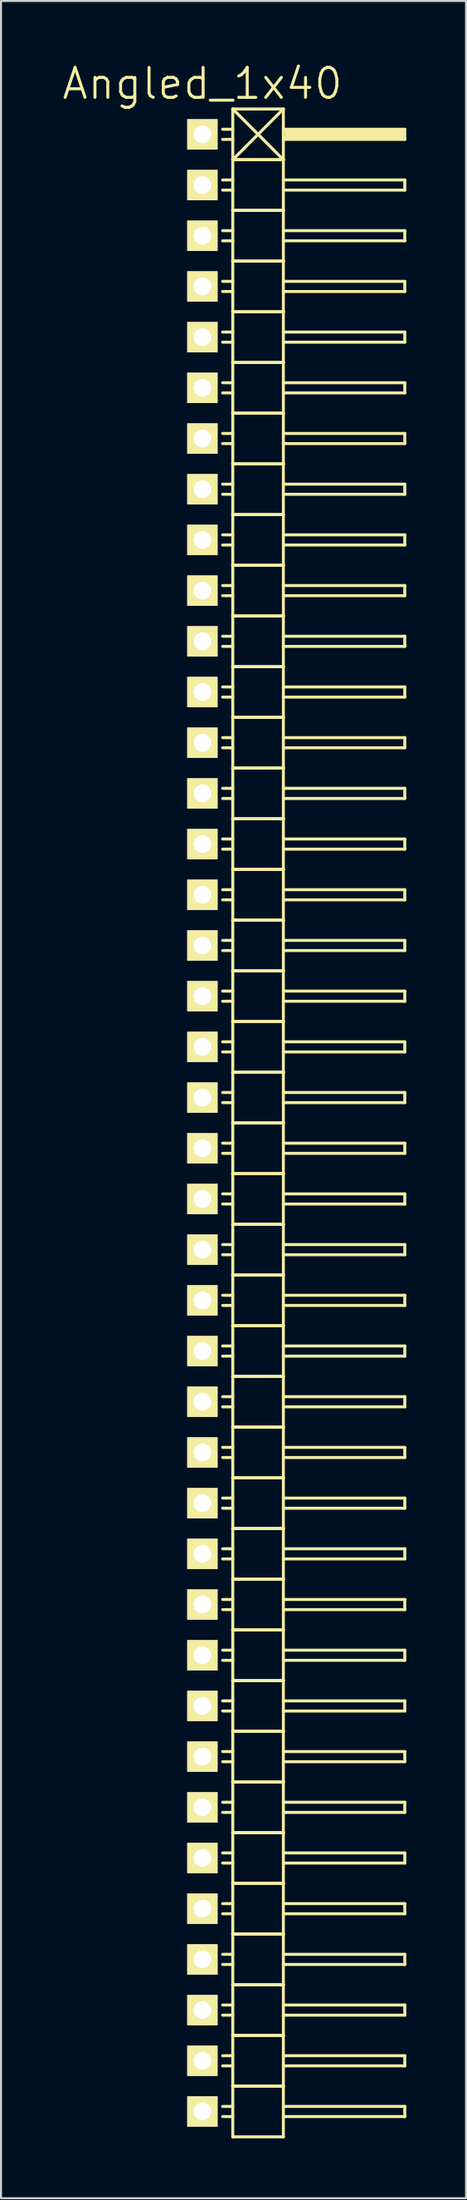
<source format=kicad_pcb>
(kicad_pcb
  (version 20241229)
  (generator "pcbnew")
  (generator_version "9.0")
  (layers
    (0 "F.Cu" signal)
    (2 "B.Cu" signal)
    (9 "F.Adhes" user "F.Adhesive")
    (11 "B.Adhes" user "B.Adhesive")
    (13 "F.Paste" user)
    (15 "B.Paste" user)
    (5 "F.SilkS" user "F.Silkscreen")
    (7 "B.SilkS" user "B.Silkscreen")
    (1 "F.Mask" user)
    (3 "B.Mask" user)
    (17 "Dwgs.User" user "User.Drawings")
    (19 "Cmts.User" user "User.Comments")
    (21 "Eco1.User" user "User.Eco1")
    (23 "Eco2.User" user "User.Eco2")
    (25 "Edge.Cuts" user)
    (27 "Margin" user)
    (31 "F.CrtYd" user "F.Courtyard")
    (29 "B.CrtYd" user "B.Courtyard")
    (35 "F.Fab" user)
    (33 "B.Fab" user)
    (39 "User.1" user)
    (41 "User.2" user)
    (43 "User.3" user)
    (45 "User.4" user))
  (footprint "Angled_1x40"
    (layer "F.Cu")
    (at 7.111 53.211)
    (property "Reference" "Angled_1x40" (at 0 -52.07 0) (layer "F.SilkS") (effects (font (size 1.5 1.5) (thickness 0.15))))
    (attr through_hole)
    (fp_line (start 1.524 -50.8) (end 1.524 -48.26) (stroke (width 0.15) (type solid)) (layer "F.SilkS"))
    (fp_line (start 1.524 -50.8) (end 4.064 -50.8) (stroke (width 0.15) (type solid)) (layer "F.SilkS"))
    (fp_line (start 1.524 -49.784) (end 1.016 -49.784) (stroke (width 0.15) (type solid)) (layer "F.SilkS"))
    (fp_line (start 1.524 -49.276) (end 1.016 -49.276) (stroke (width 0.15) (type solid)) (layer "F.SilkS"))
    (fp_line (start 1.524 -48.26) (end 1.524 -45.72) (stroke (width 0.15) (type solid)) (layer "F.SilkS"))
    (fp_line (start 1.524 -48.26) (end 4.064 -48.26) (stroke (width 0.15) (type solid)) (layer "F.SilkS"))
    (fp_line (start 1.524 -48.26) (end 4.064 -48.26) (stroke (width 0.15) (type solid)) (layer "F.SilkS"))
    (fp_line (start 1.524 -47.244) (end 1.016 -47.244) (stroke (width 0.15) (type solid)) (layer "F.SilkS"))
    (fp_line (start 1.524 -46.736) (end 1.016 -46.736) (stroke (width 0.15) (type solid)) (layer "F.SilkS"))
    (fp_line (start 1.524 -45.72) (end 1.524 -43.18) (stroke (width 0.15) (type solid)) (layer "F.SilkS"))
    (fp_line (start 1.524 -45.72) (end 4.064 -45.72) (stroke (width 0.15) (type solid)) (layer "F.SilkS"))
    (fp_line (start 1.524 -45.72) (end 4.064 -45.72) (stroke (width 0.15) (type solid)) (layer "F.SilkS"))
    (fp_line (start 1.524 -44.704) (end 1.016 -44.704) (stroke (width 0.15) (type solid)) (layer "F.SilkS"))
    (fp_line (start 1.524 -44.196) (end 1.016 -44.196) (stroke (width 0.15) (type solid)) (layer "F.SilkS"))
    (fp_line (start 1.524 -43.18) (end 1.524 -40.64) (stroke (width 0.15) (type solid)) (layer "F.SilkS"))
    (fp_line (start 1.524 -43.18) (end 4.064 -43.18) (stroke (width 0.15) (type solid)) (layer "F.SilkS"))
    (fp_line (start 1.524 -43.18) (end 4.064 -43.18) (stroke (width 0.15) (type solid)) (layer "F.SilkS"))
    (fp_line (start 1.524 -42.164) (end 1.016 -42.164) (stroke (width 0.15) (type solid)) (layer "F.SilkS"))
    (fp_line (start 1.524 -41.656) (end 1.016 -41.656) (stroke (width 0.15) (type solid)) (layer "F.SilkS"))
    (fp_line (start 1.524 -40.64) (end 1.524 -38.1) (stroke (width 0.15) (type solid)) (layer "F.SilkS"))
    (fp_line (start 1.524 -40.64) (end 4.064 -40.64) (stroke (width 0.15) (type solid)) (layer "F.SilkS"))
    (fp_line (start 1.524 -40.64) (end 4.064 -40.64) (stroke (width 0.15) (type solid)) (layer "F.SilkS"))
    (fp_line (start 1.524 -39.624) (end 1.016 -39.624) (stroke (width 0.15) (type solid)) (layer "F.SilkS"))
    (fp_line (start 1.524 -39.116) (end 1.016 -39.116) (stroke (width 0.15) (type solid)) (layer "F.SilkS"))
    (fp_line (start 1.524 -38.1) (end 1.524 -35.56) (stroke (width 0.15) (type solid)) (layer "F.SilkS"))
    (fp_line (start 1.524 -38.1) (end 4.064 -38.1) (stroke (width 0.15) (type solid)) (layer "F.SilkS"))
    (fp_line (start 1.524 -38.1) (end 4.064 -38.1) (stroke (width 0.15) (type solid)) (layer "F.SilkS"))
    (fp_line (start 1.524 -37.084) (end 1.016 -37.084) (stroke (width 0.15) (type solid)) (layer "F.SilkS"))
    (fp_line (start 1.524 -36.576) (end 1.016 -36.576) (stroke (width 0.15) (type solid)) (layer "F.SilkS"))
    (fp_line (start 1.524 -35.56) (end 1.524 -33.02) (stroke (width 0.15) (type solid)) (layer "F.SilkS"))
    (fp_line (start 1.524 -35.56) (end 4.064 -35.56) (stroke (width 0.15) (type solid)) (layer "F.SilkS"))
    (fp_line (start 1.524 -35.56) (end 4.064 -35.56) (stroke (width 0.15) (type solid)) (layer "F.SilkS"))
    (fp_line (start 1.524 -34.544) (end 1.016 -34.544) (stroke (width 0.15) (type solid)) (layer "F.SilkS"))
    (fp_line (start 1.524 -34.036) (end 1.016 -34.036) (stroke (width 0.15) (type solid)) (layer "F.SilkS"))
    (fp_line (start 1.524 -33.02) (end 1.524 -30.48) (stroke (width 0.15) (type solid)) (layer "F.SilkS"))
    (fp_line (start 1.524 -33.02) (end 4.064 -33.02) (stroke (width 0.15) (type solid)) (layer "F.SilkS"))
    (fp_line (start 1.524 -33.02) (end 4.064 -33.02) (stroke (width 0.15) (type solid)) (layer "F.SilkS"))
    (fp_line (start 1.524 -32.004) (end 1.016 -32.004) (stroke (width 0.15) (type solid)) (layer "F.SilkS"))
    (fp_line (start 1.524 -31.496) (end 1.016 -31.496) (stroke (width 0.15) (type solid)) (layer "F.SilkS"))
    (fp_line (start 1.524 -30.48) (end 1.524 -27.94) (stroke (width 0.15) (type solid)) (layer "F.SilkS"))
    (fp_line (start 1.524 -30.48) (end 4.064 -30.48) (stroke (width 0.15) (type solid)) (layer "F.SilkS"))
    (fp_line (start 1.524 -30.48) (end 4.064 -30.48) (stroke (width 0.15) (type solid)) (layer "F.SilkS"))
    (fp_line (start 1.524 -29.464) (end 1.016 -29.464) (stroke (width 0.15) (type solid)) (layer "F.SilkS"))
    (fp_line (start 1.524 -28.956) (end 1.016 -28.956) (stroke (width 0.15) (type solid)) (layer "F.SilkS"))
    (fp_line (start 1.524 -27.94) (end 1.524 -25.4) (stroke (width 0.15) (type solid)) (layer "F.SilkS"))
    (fp_line (start 1.524 -27.94) (end 4.064 -27.94) (stroke (width 0.15) (type solid)) (layer "F.SilkS"))
    (fp_line (start 1.524 -27.94) (end 4.064 -27.94) (stroke (width 0.15) (type solid)) (layer "F.SilkS"))
    (fp_line (start 1.524 -26.924) (end 1.016 -26.924) (stroke (width 0.15) (type solid)) (layer "F.SilkS"))
    (fp_line (start 1.524 -26.416) (end 1.016 -26.416) (stroke (width 0.15) (type solid)) (layer "F.SilkS"))
    (fp_line (start 1.524 -25.4) (end 1.524 -22.86) (stroke (width 0.15) (type solid)) (layer "F.SilkS"))
    (fp_line (start 1.524 -25.4) (end 4.064 -25.4) (stroke (width 0.15) (type solid)) (layer "F.SilkS"))
    (fp_line (start 1.524 -25.4) (end 4.064 -25.4) (stroke (width 0.15) (type solid)) (layer "F.SilkS"))
    (fp_line (start 1.524 -24.384) (end 1.016 -24.384) (stroke (width 0.15) (type solid)) (layer "F.SilkS"))
    (fp_line (start 1.524 -23.876) (end 1.016 -23.876) (stroke (width 0.15) (type solid)) (layer "F.SilkS"))
    (fp_line (start 1.524 -22.86) (end 1.524 -20.32) (stroke (width 0.15) (type solid)) (layer "F.SilkS"))
    (fp_line (start 1.524 -22.86) (end 4.064 -22.86) (stroke (width 0.15) (type solid)) (layer "F.SilkS"))
    (fp_line (start 1.524 -22.86) (end 4.064 -22.86) (stroke (width 0.15) (type solid)) (layer "F.SilkS"))
    (fp_line (start 1.524 -21.844) (end 1.016 -21.844) (stroke (width 0.15) (type solid)) (layer "F.SilkS"))
    (fp_line (start 1.524 -21.336) (end 1.016 -21.336) (stroke (width 0.15) (type solid)) (layer "F.SilkS"))
    (fp_line (start 1.524 -20.32) (end 1.524 -17.78) (stroke (width 0.15) (type solid)) (layer "F.SilkS"))
    (fp_line (start 1.524 -20.32) (end 4.064 -20.32) (stroke (width 0.15) (type solid)) (layer "F.SilkS"))
    (fp_line (start 1.524 -20.32) (end 4.064 -20.32) (stroke (width 0.15) (type solid)) (layer "F.SilkS"))
    (fp_line (start 1.524 -19.304) (end 1.016 -19.304) (stroke (width 0.15) (type solid)) (layer "F.SilkS"))
    (fp_line (start 1.524 -18.796) (end 1.016 -18.796) (stroke (width 0.15) (type solid)) (layer "F.SilkS"))
    (fp_line (start 1.524 -17.78) (end 1.524 -15.24) (stroke (width 0.15) (type solid)) (layer "F.SilkS"))
    (fp_line (start 1.524 -17.78) (end 4.064 -17.78) (stroke (width 0.15) (type solid)) (layer "F.SilkS"))
    (fp_line (start 1.524 -17.78) (end 4.064 -17.78) (stroke (width 0.15) (type solid)) (layer "F.SilkS"))
    (fp_line (start 1.524 -16.764) (end 1.016 -16.764) (stroke (width 0.15) (type solid)) (layer "F.SilkS"))
    (fp_line (start 1.524 -16.256) (end 1.016 -16.256) (stroke (width 0.15) (type solid)) (layer "F.SilkS"))
    (fp_line (start 1.524 -15.24) (end 1.524 -12.7) (stroke (width 0.15) (type solid)) (layer "F.SilkS"))
    (fp_line (start 1.524 -15.24) (end 4.064 -15.24) (stroke (width 0.15) (type solid)) (layer "F.SilkS"))
    (fp_line (start 1.524 -15.24) (end 4.064 -15.24) (stroke (width 0.15) (type solid)) (layer "F.SilkS"))
    (fp_line (start 1.524 -14.224) (end 1.016 -14.224) (stroke (width 0.15) (type solid)) (layer "F.SilkS"))
    (fp_line (start 1.524 -13.716) (end 1.016 -13.716) (stroke (width 0.15) (type solid)) (layer "F.SilkS"))
    (fp_line (start 1.524 -12.7) (end 1.524 -10.16) (stroke (width 0.15) (type solid)) (layer "F.SilkS"))
    (fp_line (start 1.524 -12.7) (end 4.064 -12.7) (stroke (width 0.15) (type solid)) (layer "F.SilkS"))
    (fp_line (start 1.524 -12.7) (end 4.064 -12.7) (stroke (width 0.15) (type solid)) (layer "F.SilkS"))
    (fp_line (start 1.524 -11.684) (end 1.016 -11.684) (stroke (width 0.15) (type solid)) (layer "F.SilkS"))
    (fp_line (start 1.524 -11.176) (end 1.016 -11.176) (stroke (width 0.15) (type solid)) (layer "F.SilkS"))
    (fp_line (start 1.524 -10.16) (end 1.524 -7.62) (stroke (width 0.15) (type solid)) (layer "F.SilkS"))
    (fp_line (start 1.524 -10.16) (end 4.064 -10.16) (stroke (width 0.15) (type solid)) (layer "F.SilkS"))
    (fp_line (start 1.524 -10.16) (end 4.064 -10.16) (stroke (width 0.15) (type solid)) (layer "F.SilkS"))
    (fp_line (start 1.524 -9.144) (end 1.016 -9.144) (stroke (width 0.15) (type solid)) (layer "F.SilkS"))
    (fp_line (start 1.524 -8.636) (end 1.016 -8.636) (stroke (width 0.15) (type solid)) (layer "F.SilkS"))
    (fp_line (start 1.524 -7.62) (end 1.524 -5.08) (stroke (width 0.15) (type solid)) (layer "F.SilkS"))
    (fp_line (start 1.524 -7.62) (end 4.064 -7.62) (stroke (width 0.15) (type solid)) (layer "F.SilkS"))
    (fp_line (start 1.524 -7.62) (end 4.064 -7.62) (stroke (width 0.15) (type solid)) (layer "F.SilkS"))
    (fp_line (start 1.524 -6.604) (end 1.016 -6.604) (stroke (width 0.15) (type solid)) (layer "F.SilkS"))
    (fp_line (start 1.524 -6.096) (end 1.016 -6.096) (stroke (width 0.15) (type solid)) (layer "F.SilkS"))
    (fp_line (start 1.524 -5.08) (end 1.524 -2.54) (stroke (width 0.15) (type solid)) (layer "F.SilkS"))
    (fp_line (start 1.524 -5.08) (end 4.064 -5.08) (stroke (width 0.15) (type solid)) (layer "F.SilkS"))
    (fp_line (start 1.524 -5.08) (end 4.064 -5.08) (stroke (width 0.15) (type solid)) (layer "F.SilkS"))
    (fp_line (start 1.524 -4.064) (end 1.016 -4.064) (stroke (width 0.15) (type solid)) (layer "F.SilkS"))
    (fp_line (start 1.524 -3.556) (end 1.016 -3.556) (stroke (width 0.15) (type solid)) (layer "F.SilkS"))
    (fp_line (start 1.524 -2.54) (end 1.524 0) (stroke (width 0.15) (type solid)) (layer "F.SilkS"))
    (fp_line (start 1.524 -2.54) (end 4.064 -2.54) (stroke (width 0.15) (type solid)) (layer "F.SilkS"))
    (fp_line (start 1.524 -2.54) (end 4.064 -2.54) (stroke (width 0.15) (type solid)) (layer "F.SilkS"))
    (fp_line (start 1.524 -1.524) (end 1.016 -1.524) (stroke (width 0.15) (type solid)) (layer "F.SilkS"))
    (fp_line (start 1.524 -1.016) (end 1.016 -1.016) (stroke (width 0.15) (type solid)) (layer "F.SilkS"))
    (fp_line (start 1.524 0) (end 1.524 2.54) (stroke (width 0.15) (type solid)) (layer "F.SilkS"))
    (fp_line (start 1.524 0) (end 4.064 0) (stroke (width 0.15) (type solid)) (layer "F.SilkS"))
    (fp_line (start 1.524 0) (end 4.064 0) (stroke (width 0.15) (type solid)) (layer "F.SilkS"))
    (fp_line (start 1.524 1.016) (end 1.016 1.016) (stroke (width 0.15) (type solid)) (layer "F.SilkS"))
    (fp_line (start 1.524 1.524) (end 1.016 1.524) (stroke (width 0.15) (type solid)) (layer "F.SilkS"))
    (fp_line (start 1.524 2.54) (end 1.524 5.08) (stroke (width 0.15) (type solid)) (layer "F.SilkS"))
    (fp_line (start 1.524 2.54) (end 4.064 2.54) (stroke (width 0.15) (type solid)) (layer "F.SilkS"))
    (fp_line (start 1.524 2.54) (end 4.064 2.54) (stroke (width 0.15) (type solid)) (layer "F.SilkS"))
    (fp_line (start 1.524 3.556) (end 1.016 3.556) (stroke (width 0.15) (type solid)) (layer "F.SilkS"))
    (fp_line (start 1.524 4.064) (end 1.016 4.064) (stroke (width 0.15) (type solid)) (layer "F.SilkS"))
    (fp_line (start 1.524 5.08) (end 1.524 7.62) (stroke (width 0.15) (type solid)) (layer "F.SilkS"))
    (fp_line (start 1.524 5.08) (end 4.064 5.08) (stroke (width 0.15) (type solid)) (layer "F.SilkS"))
    (fp_line (start 1.524 5.08) (end 4.064 5.08) (stroke (width 0.15) (type solid)) (layer "F.SilkS"))
    (fp_line (start 1.524 6.096) (end 1.016 6.096) (stroke (width 0.15) (type solid)) (layer "F.SilkS"))
    (fp_line (start 1.524 6.604) (end 1.016 6.604) (stroke (width 0.15) (type solid)) (layer "F.SilkS"))
    (fp_line (start 1.524 7.62) (end 1.524 10.16) (stroke (width 0.15) (type solid)) (layer "F.SilkS"))
    (fp_line (start 1.524 7.62) (end 4.064 7.62) (stroke (width 0.15) (type solid)) (layer "F.SilkS"))
    (fp_line (start 1.524 7.62) (end 4.064 7.62) (stroke (width 0.15) (type solid)) (layer "F.SilkS"))
    (fp_line (start 1.524 8.636) (end 1.016 8.636) (stroke (width 0.15) (type solid)) (layer "F.SilkS"))
    (fp_line (start 1.524 9.144) (end 1.016 9.144) (stroke (width 0.15) (type solid)) (layer "F.SilkS"))
    (fp_line (start 1.524 10.16) (end 1.524 12.7) (stroke (width 0.15) (type solid)) (layer "F.SilkS"))
    (fp_line (start 1.524 10.16) (end 4.064 10.16) (stroke (width 0.15) (type solid)) (layer "F.SilkS"))
    (fp_line (start 1.524 10.16) (end 4.064 10.16) (stroke (width 0.15) (type solid)) (layer "F.SilkS"))
    (fp_line (start 1.524 11.176) (end 1.016 11.176) (stroke (width 0.15) (type solid)) (layer "F.SilkS"))
    (fp_line (start 1.524 11.684) (end 1.016 11.684) (stroke (width 0.15) (type solid)) (layer "F.SilkS"))
    (fp_line (start 1.524 12.7) (end 1.524 15.24) (stroke (width 0.15) (type solid)) (layer "F.SilkS"))
    (fp_line (start 1.524 12.7) (end 4.064 12.7) (stroke (width 0.15) (type solid)) (layer "F.SilkS"))
    (fp_line (start 1.524 12.7) (end 4.064 12.7) (stroke (width 0.15) (type solid)) (layer "F.SilkS"))
    (fp_line (start 1.524 13.716) (end 1.016 13.716) (stroke (width 0.15) (type solid)) (layer "F.SilkS"))
    (fp_line (start 1.524 14.224) (end 1.016 14.224) (stroke (width 0.15) (type solid)) (layer "F.SilkS"))
    (fp_line (start 1.524 15.24) (end 1.524 17.78) (stroke (width 0.15) (type solid)) (layer "F.SilkS"))
    (fp_line (start 1.524 15.24) (end 4.064 15.24) (stroke (width 0.15) (type solid)) (layer "F.SilkS"))
    (fp_line (start 1.524 15.24) (end 4.064 15.24) (stroke (width 0.15) (type solid)) (layer "F.SilkS"))
    (fp_line (start 1.524 16.256) (end 1.016 16.256) (stroke (width 0.15) (type solid)) (layer "F.SilkS"))
    (fp_line (start 1.524 16.764) (end 1.016 16.764) (stroke (width 0.15) (type solid)) (layer "F.SilkS"))
    (fp_line (start 1.524 17.78) (end 1.524 20.32) (stroke (width 0.15) (type solid)) (layer "F.SilkS"))
    (fp_line (start 1.524 17.78) (end 4.064 17.78) (stroke (width 0.15) (type solid)) (layer "F.SilkS"))
    (fp_line (start 1.524 17.78) (end 4.064 17.78) (stroke (width 0.15) (type solid)) (layer "F.SilkS"))
    (fp_line (start 1.524 18.796) (end 1.016 18.796) (stroke (width 0.15) (type solid)) (layer "F.SilkS"))
    (fp_line (start 1.524 19.304) (end 1.016 19.304) (stroke (width 0.15) (type solid)) (layer "F.SilkS"))
    (fp_line (start 1.524 20.32) (end 1.524 22.86) (stroke (width 0.15) (type solid)) (layer "F.SilkS"))
    (fp_line (start 1.524 20.32) (end 4.064 20.32) (stroke (width 0.15) (type solid)) (layer "F.SilkS"))
    (fp_line (start 1.524 20.32) (end 4.064 20.32) (stroke (width 0.15) (type solid)) (layer "F.SilkS"))
    (fp_line (start 1.524 21.336) (end 1.016 21.336) (stroke (width 0.15) (type solid)) (layer "F.SilkS"))
    (fp_line (start 1.524 21.844) (end 1.016 21.844) (stroke (width 0.15) (type solid)) (layer "F.SilkS"))
    (fp_line (start 1.524 22.86) (end 1.524 25.4) (stroke (width 0.15) (type solid)) (layer "F.SilkS"))
    (fp_line (start 1.524 22.86) (end 4.064 22.86) (stroke (width 0.15) (type solid)) (layer "F.SilkS"))
    (fp_line (start 1.524 22.86) (end 4.064 22.86) (stroke (width 0.15) (type solid)) (layer "F.SilkS"))
    (fp_line (start 1.524 23.876) (end 1.016 23.876) (stroke (width 0.15) (type solid)) (layer "F.SilkS"))
    (fp_line (start 1.524 24.384) (end 1.016 24.384) (stroke (width 0.15) (type solid)) (layer "F.SilkS"))
    (fp_line (start 1.524 25.4) (end 1.524 27.94) (stroke (width 0.15) (type solid)) (layer "F.SilkS"))
    (fp_line (start 1.524 25.4) (end 4.064 25.4) (stroke (width 0.15) (type solid)) (layer "F.SilkS"))
    (fp_line (start 1.524 25.4) (end 4.064 25.4) (stroke (width 0.15) (type solid)) (layer "F.SilkS"))
    (fp_line (start 1.524 26.416) (end 1.016 26.416) (stroke (width 0.15) (type solid)) (layer "F.SilkS"))
    (fp_line (start 1.524 26.924) (end 1.016 26.924) (stroke (width 0.15) (type solid)) (layer "F.SilkS"))
    (fp_line (start 1.524 27.94) (end 1.524 30.48) (stroke (width 0.15) (type solid)) (layer "F.SilkS"))
    (fp_line (start 1.524 27.94) (end 4.064 27.94) (stroke (width 0.15) (type solid)) (layer "F.SilkS"))
    (fp_line (start 1.524 27.94) (end 4.064 27.94) (stroke (width 0.15) (type solid)) (layer "F.SilkS"))
    (fp_line (start 1.524 28.956) (end 1.016 28.956) (stroke (width 0.15) (type solid)) (layer "F.SilkS"))
    (fp_line (start 1.524 29.464) (end 1.016 29.464) (stroke (width 0.15) (type solid)) (layer "F.SilkS"))
    (fp_line (start 1.524 30.48) (end 1.524 33.02) (stroke (width 0.15) (type solid)) (layer "F.SilkS"))
    (fp_line (start 1.524 30.48) (end 4.064 30.48) (stroke (width 0.15) (type solid)) (layer "F.SilkS"))
    (fp_line (start 1.524 30.48) (end 4.064 30.48) (stroke (width 0.15) (type solid)) (layer "F.SilkS"))
    (fp_line (start 1.524 31.496) (end 1.016 31.496) (stroke (width 0.15) (type solid)) (layer "F.SilkS"))
    (fp_line (start 1.524 32.004) (end 1.016 32.004) (stroke (width 0.15) (type solid)) (layer "F.SilkS"))
    (fp_line (start 1.524 33.02) (end 1.524 35.56) (stroke (width 0.15) (type solid)) (layer "F.SilkS"))
    (fp_line (start 1.524 33.02) (end 4.064 33.02) (stroke (width 0.15) (type solid)) (layer "F.SilkS"))
    (fp_line (start 1.524 33.02) (end 4.064 33.02) (stroke (width 0.15) (type solid)) (layer "F.SilkS"))
    (fp_line (start 1.524 34.036) (end 1.016 34.036) (stroke (width 0.15) (type solid)) (layer "F.SilkS"))
    (fp_line (start 1.524 34.544) (end 1.016 34.544) (stroke (width 0.15) (type solid)) (layer "F.SilkS"))
    (fp_line (start 1.524 35.56) (end 1.524 38.1) (stroke (width 0.15) (type solid)) (layer "F.SilkS"))
    (fp_line (start 1.524 35.56) (end 4.064 35.56) (stroke (width 0.15) (type solid)) (layer "F.SilkS"))
    (fp_line (start 1.524 35.56) (end 4.064 35.56) (stroke (width 0.15) (type solid)) (layer "F.SilkS"))
    (fp_line (start 1.524 36.576) (end 1.016 36.576) (stroke (width 0.15) (type solid)) (layer "F.SilkS"))
    (fp_line (start 1.524 37.084) (end 1.016 37.084) (stroke (width 0.15) (type solid)) (layer "F.SilkS"))
    (fp_line (start 1.524 38.1) (end 1.524 40.64) (stroke (width 0.15) (type solid)) (layer "F.SilkS"))
    (fp_line (start 1.524 38.1) (end 4.064 38.1) (stroke (width 0.15) (type solid)) (layer "F.SilkS"))
    (fp_line (start 1.524 38.1) (end 4.064 38.1) (stroke (width 0.15) (type solid)) (layer "F.SilkS"))
    (fp_line (start 1.524 39.116) (end 1.016 39.116) (stroke (width 0.15) (type solid)) (layer "F.SilkS"))
    (fp_line (start 1.524 39.624) (end 1.016 39.624) (stroke (width 0.15) (type solid)) (layer "F.SilkS"))
    (fp_line (start 1.524 40.64) (end 1.524 43.18) (stroke (width 0.15) (type solid)) (layer "F.SilkS"))
    (fp_line (start 1.524 40.64) (end 4.064 40.64) (stroke (width 0.15) (type solid)) (layer "F.SilkS"))
    (fp_line (start 1.524 40.64) (end 4.064 40.64) (stroke (width 0.15) (type solid)) (layer "F.SilkS"))
    (fp_line (start 1.524 41.656) (end 1.016 41.656) (stroke (width 0.15) (type solid)) (layer "F.SilkS"))
    (fp_line (start 1.524 42.164) (end 1.016 42.164) (stroke (width 0.15) (type solid)) (layer "F.SilkS"))
    (fp_line (start 1.524 43.18) (end 1.524 45.72) (stroke (width 0.15) (type solid)) (layer "F.SilkS"))
    (fp_line (start 1.524 43.18) (end 4.064 43.18) (stroke (width 0.15) (type solid)) (layer "F.SilkS"))
    (fp_line (start 1.524 43.18) (end 4.064 43.18) (stroke (width 0.15) (type solid)) (layer "F.SilkS"))
    (fp_line (start 1.524 44.196) (end 1.016 44.196) (stroke (width 0.15) (type solid)) (layer "F.SilkS"))
    (fp_line (start 1.524 44.704) (end 1.016 44.704) (stroke (width 0.15) (type solid)) (layer "F.SilkS"))
    (fp_line (start 1.524 45.72) (end 1.524 48.26) (stroke (width 0.15) (type solid)) (layer "F.SilkS"))
    (fp_line (start 1.524 45.72) (end 4.064 45.72) (stroke (width 0.15) (type solid)) (layer "F.SilkS"))
    (fp_line (start 1.524 45.72) (end 4.064 45.72) (stroke (width 0.15) (type solid)) (layer "F.SilkS"))
    (fp_line (start 1.524 46.736) (end 1.016 46.736) (stroke (width 0.15) (type solid)) (layer "F.SilkS"))
    (fp_line (start 1.524 47.244) (end 1.016 47.244) (stroke (width 0.15) (type solid)) (layer "F.SilkS"))
    (fp_line (start 1.524 48.26) (end 1.524 50.8) (stroke (width 0.15) (type solid)) (layer "F.SilkS"))
    (fp_line (start 1.524 48.26) (end 4.064 48.26) (stroke (width 0.15) (type solid)) (layer "F.SilkS"))
    (fp_line (start 1.524 48.26) (end 4.064 48.26) (stroke (width 0.15) (type solid)) (layer "F.SilkS"))
    (fp_line (start 1.524 49.276) (end 1.016 49.276) (stroke (width 0.15) (type solid)) (layer "F.SilkS"))
    (fp_line (start 1.524 49.784) (end 1.016 49.784) (stroke (width 0.15) (type solid)) (layer "F.SilkS"))
    (fp_line (start 1.524 50.8) (end 4.064 50.8) (stroke (width 0.15) (type solid)) (layer "F.SilkS"))
    (fp_line (start 4.064 -50.8) (end 1.524 -48.26) (stroke (width 0.15) (type solid)) (layer "F.SilkS"))
    (fp_line (start 4.064 -49.784) (end 10.16 -49.784) (stroke (width 0.15) (type solid)) (layer "F.SilkS"))
    (fp_line (start 4.064 -48.26) (end 1.524 -50.8) (stroke (width 0.15) (type solid)) (layer "F.SilkS"))
    (fp_line (start 4.064 -48.26) (end 4.064 -50.8) (stroke (width 0.15) (type solid)) (layer "F.SilkS"))
    (fp_line (start 4.064 -47.244) (end 10.16 -47.244) (stroke (width 0.15) (type solid)) (layer "F.SilkS"))
    (fp_line (start 4.064 -45.72) (end 4.064 -48.26) (stroke (width 0.15) (type solid)) (layer "F.SilkS"))
    (fp_line (start 4.064 -44.704) (end 10.16 -44.704) (stroke (width 0.15) (type solid)) (layer "F.SilkS"))
    (fp_line (start 4.064 -43.18) (end 4.064 -45.72) (stroke (width 0.15) (type solid)) (layer "F.SilkS"))
    (fp_line (start 4.064 -42.164) (end 10.16 -42.164) (stroke (width 0.15) (type solid)) (layer "F.SilkS"))
    (fp_line (start 4.064 -40.64) (end 4.064 -43.18) (stroke (width 0.15) (type solid)) (layer "F.SilkS"))
    (fp_line (start 4.064 -39.624) (end 10.16 -39.624) (stroke (width 0.15) (type solid)) (layer "F.SilkS"))
    (fp_line (start 4.064 -38.1) (end 4.064 -40.64) (stroke (width 0.15) (type solid)) (layer "F.SilkS"))
    (fp_line (start 4.064 -37.084) (end 10.16 -37.084) (stroke (width 0.15) (type solid)) (layer "F.SilkS"))
    (fp_line (start 4.064 -35.56) (end 4.064 -38.1) (stroke (width 0.15) (type solid)) (layer "F.SilkS"))
    (fp_line (start 4.064 -34.544) (end 10.16 -34.544) (stroke (width 0.15) (type solid)) (layer "F.SilkS"))
    (fp_line (start 4.064 -33.02) (end 4.064 -35.56) (stroke (width 0.15) (type solid)) (layer "F.SilkS"))
    (fp_line (start 4.064 -32.004) (end 10.16 -32.004) (stroke (width 0.15) (type solid)) (layer "F.SilkS"))
    (fp_line (start 4.064 -30.48) (end 4.064 -33.02) (stroke (width 0.15) (type solid)) (layer "F.SilkS"))
    (fp_line (start 4.064 -29.464) (end 10.16 -29.464) (stroke (width 0.15) (type solid)) (layer "F.SilkS"))
    (fp_line (start 4.064 -27.94) (end 4.064 -30.48) (stroke (width 0.15) (type solid)) (layer "F.SilkS"))
    (fp_line (start 4.064 -26.924) (end 10.16 -26.924) (stroke (width 0.15) (type solid)) (layer "F.SilkS"))
    (fp_line (start 4.064 -25.4) (end 4.064 -27.94) (stroke (width 0.15) (type solid)) (layer "F.SilkS"))
    (fp_line (start 4.064 -24.384) (end 10.16 -24.384) (stroke (width 0.15) (type solid)) (layer "F.SilkS"))
    (fp_line (start 4.064 -22.86) (end 4.064 -25.4) (stroke (width 0.15) (type solid)) (layer "F.SilkS"))
    (fp_line (start 4.064 -21.844) (end 10.16 -21.844) (stroke (width 0.15) (type solid)) (layer "F.SilkS"))
    (fp_line (start 4.064 -20.32) (end 4.064 -22.86) (stroke (width 0.15) (type solid)) (layer "F.SilkS"))
    (fp_line (start 4.064 -19.304) (end 10.16 -19.304) (stroke (width 0.15) (type solid)) (layer "F.SilkS"))
    (fp_line (start 4.064 -17.78) (end 4.064 -20.32) (stroke (width 0.15) (type solid)) (layer "F.SilkS"))
    (fp_line (start 4.064 -16.764) (end 10.16 -16.764) (stroke (width 0.15) (type solid)) (layer "F.SilkS"))
    (fp_line (start 4.064 -15.24) (end 4.064 -17.78) (stroke (width 0.15) (type solid)) (layer "F.SilkS"))
    (fp_line (start 4.064 -14.224) (end 10.16 -14.224) (stroke (width 0.15) (type solid)) (layer "F.SilkS"))
    (fp_line (start 4.064 -12.7) (end 4.064 -15.24) (stroke (width 0.15) (type solid)) (layer "F.SilkS"))
    (fp_line (start 4.064 -11.684) (end 10.16 -11.684) (stroke (width 0.15) (type solid)) (layer "F.SilkS"))
    (fp_line (start 4.064 -10.16) (end 4.064 -12.7) (stroke (width 0.15) (type solid)) (layer "F.SilkS"))
    (fp_line (start 4.064 -9.144) (end 10.16 -9.144) (stroke (width 0.15) (type solid)) (layer "F.SilkS"))
    (fp_line (start 4.064 -7.62) (end 4.064 -10.16) (stroke (width 0.15) (type solid)) (layer "F.SilkS"))
    (fp_line (start 4.064 -6.604) (end 10.16 -6.604) (stroke (width 0.15) (type solid)) (layer "F.SilkS"))
    (fp_line (start 4.064 -5.08) (end 4.064 -7.62) (stroke (width 0.15) (type solid)) (layer "F.SilkS"))
    (fp_line (start 4.064 -4.064) (end 10.16 -4.064) (stroke (width 0.15) (type solid)) (layer "F.SilkS"))
    (fp_line (start 4.064 -2.54) (end 4.064 -5.08) (stroke (width 0.15) (type solid)) (layer "F.SilkS"))
    (fp_line (start 4.064 -1.524) (end 10.16 -1.524) (stroke (width 0.15) (type solid)) (layer "F.SilkS"))
    (fp_line (start 4.064 0) (end 4.064 -2.54) (stroke (width 0.15) (type solid)) (layer "F.SilkS"))
    (fp_line (start 4.064 1.016) (end 10.16 1.016) (stroke (width 0.15) (type solid)) (layer "F.SilkS"))
    (fp_line (start 4.064 2.54) (end 4.064 0) (stroke (width 0.15) (type solid)) (layer "F.SilkS"))
    (fp_line (start 4.064 3.556) (end 10.16 3.556) (stroke (width 0.15) (type solid)) (layer "F.SilkS"))
    (fp_line (start 4.064 5.08) (end 4.064 2.54) (stroke (width 0.15) (type solid)) (layer "F.SilkS"))
    (fp_line (start 4.064 6.096) (end 10.16 6.096) (stroke (width 0.15) (type solid)) (layer "F.SilkS"))
    (fp_line (start 4.064 7.62) (end 4.064 5.08) (stroke (width 0.15) (type solid)) (layer "F.SilkS"))
    (fp_line (start 4.064 8.636) (end 10.16 8.636) (stroke (width 0.15) (type solid)) (layer "F.SilkS"))
    (fp_line (start 4.064 10.16) (end 4.064 7.62) (stroke (width 0.15) (type solid)) (layer "F.SilkS"))
    (fp_line (start 4.064 11.176) (end 10.16 11.176) (stroke (width 0.15) (type solid)) (layer "F.SilkS"))
    (fp_line (start 4.064 12.7) (end 4.064 10.16) (stroke (width 0.15) (type solid)) (layer "F.SilkS"))
    (fp_line (start 4.064 13.716) (end 10.16 13.716) (stroke (width 0.15) (type solid)) (layer "F.SilkS"))
    (fp_line (start 4.064 15.24) (end 4.064 12.7) (stroke (width 0.15) (type solid)) (layer "F.SilkS"))
    (fp_line (start 4.064 16.256) (end 10.16 16.256) (stroke (width 0.15) (type solid)) (layer "F.SilkS"))
    (fp_line (start 4.064 17.78) (end 4.064 15.24) (stroke (width 0.15) (type solid)) (layer "F.SilkS"))
    (fp_line (start 4.064 18.796) (end 10.16 18.796) (stroke (width 0.15) (type solid)) (layer "F.SilkS"))
    (fp_line (start 4.064 20.32) (end 4.064 17.78) (stroke (width 0.15) (type solid)) (layer "F.SilkS"))
    (fp_line (start 4.064 21.336) (end 10.16 21.336) (stroke (width 0.15) (type solid)) (layer "F.SilkS"))
    (fp_line (start 4.064 22.86) (end 4.064 20.32) (stroke (width 0.15) (type solid)) (layer "F.SilkS"))
    (fp_line (start 4.064 23.876) (end 10.16 23.876) (stroke (width 0.15) (type solid)) (layer "F.SilkS"))
    (fp_line (start 4.064 25.4) (end 4.064 22.86) (stroke (width 0.15) (type solid)) (layer "F.SilkS"))
    (fp_line (start 4.064 26.416) (end 10.16 26.416) (stroke (width 0.15) (type solid)) (layer "F.SilkS"))
    (fp_line (start 4.064 27.94) (end 4.064 25.4) (stroke (width 0.15) (type solid)) (layer "F.SilkS"))
    (fp_line (start 4.064 28.956) (end 10.16 28.956) (stroke (width 0.15) (type solid)) (layer "F.SilkS"))
    (fp_line (start 4.064 30.48) (end 4.064 27.94) (stroke (width 0.15) (type solid)) (layer "F.SilkS"))
    (fp_line (start 4.064 31.496) (end 10.16 31.496) (stroke (width 0.15) (type solid)) (layer "F.SilkS"))
    (fp_line (start 4.064 33.02) (end 4.064 30.48) (stroke (width 0.15) (type solid)) (layer "F.SilkS"))
    (fp_line (start 4.064 34.036) (end 10.16 34.036) (stroke (width 0.15) (type solid)) (layer "F.SilkS"))
    (fp_line (start 4.064 35.56) (end 4.064 33.02) (stroke (width 0.15) (type solid)) (layer "F.SilkS"))
    (fp_line (start 4.064 36.576) (end 10.16 36.576) (stroke (width 0.15) (type solid)) (layer "F.SilkS"))
    (fp_line (start 4.064 38.1) (end 4.064 35.56) (stroke (width 0.15) (type solid)) (layer "F.SilkS"))
    (fp_line (start 4.064 39.116) (end 10.16 39.116) (stroke (width 0.15) (type solid)) (layer "F.SilkS"))
    (fp_line (start 4.064 40.64) (end 4.064 38.1) (stroke (width 0.15) (type solid)) (layer "F.SilkS"))
    (fp_line (start 4.064 41.656) (end 10.16 41.656) (stroke (width 0.15) (type solid)) (layer "F.SilkS"))
    (fp_line (start 4.064 43.18) (end 4.064 40.64) (stroke (width 0.15) (type solid)) (layer "F.SilkS"))
    (fp_line (start 4.064 44.196) (end 10.16 44.196) (stroke (width 0.15) (type solid)) (layer "F.SilkS"))
    (fp_line (start 4.064 45.72) (end 4.064 43.18) (stroke (width 0.15) (type solid)) (layer "F.SilkS"))
    (fp_line (start 4.064 46.736) (end 10.16 46.736) (stroke (width 0.15) (type solid)) (layer "F.SilkS"))
    (fp_line (start 4.064 48.26) (end 4.064 45.72) (stroke (width 0.15) (type solid)) (layer "F.SilkS"))
    (fp_line (start 4.064 49.276) (end 10.16 49.276) (stroke (width 0.15) (type solid)) (layer "F.SilkS"))
    (fp_line (start 4.064 50.8) (end 4.064 48.26) (stroke (width 0.15) (type solid)) (layer "F.SilkS"))
    (fp_line (start 4.191 -49.657) (end 10.033 -49.657) (stroke (width 0.15) (type solid)) (layer "F.SilkS"))
    (fp_line (start 4.191 -49.53) (end 10.033 -49.53) (stroke (width 0.15) (type solid)) (layer "F.SilkS"))
    (fp_line (start 10.033 -49.657) (end 10.033 -49.403) (stroke (width 0.15) (type solid)) (layer "F.SilkS"))
    (fp_line (start 10.033 -49.403) (end 4.191 -49.403) (stroke (width 0.15) (type solid)) (layer "F.SilkS"))
    (fp_line (start 10.16 -49.784) (end 10.16 -49.276) (stroke (width 0.15) (type solid)) (layer "F.SilkS"))
    (fp_line (start 10.16 -49.276) (end 4.064 -49.276) (stroke (width 0.15) (type solid)) (layer "F.SilkS"))
    (fp_line (start 10.16 -47.244) (end 10.16 -46.736) (stroke (width 0.15) (type solid)) (layer "F.SilkS"))
    (fp_line (start 10.16 -46.736) (end 4.064 -46.736) (stroke (width 0.15) (type solid)) (layer "F.SilkS"))
    (fp_line (start 10.16 -44.704) (end 10.16 -44.196) (stroke (width 0.15) (type solid)) (layer "F.SilkS"))
    (fp_line (start 10.16 -44.196) (end 4.064 -44.196) (stroke (width 0.15) (type solid)) (layer "F.SilkS"))
    (fp_line (start 10.16 -42.164) (end 10.16 -41.656) (stroke (width 0.15) (type solid)) (layer "F.SilkS"))
    (fp_line (start 10.16 -41.656) (end 4.064 -41.656) (stroke (width 0.15) (type solid)) (layer "F.SilkS"))
    (fp_line (start 10.16 -39.624) (end 10.16 -39.116) (stroke (width 0.15) (type solid)) (layer "F.SilkS"))
    (fp_line (start 10.16 -39.116) (end 4.064 -39.116) (stroke (width 0.15) (type solid)) (layer "F.SilkS"))
    (fp_line (start 10.16 -37.084) (end 10.16 -36.576) (stroke (width 0.15) (type solid)) (layer "F.SilkS"))
    (fp_line (start 10.16 -36.576) (end 4.064 -36.576) (stroke (width 0.15) (type solid)) (layer "F.SilkS"))
    (fp_line (start 10.16 -34.544) (end 10.16 -34.036) (stroke (width 0.15) (type solid)) (layer "F.SilkS"))
    (fp_line (start 10.16 -34.036) (end 4.064 -34.036) (stroke (width 0.15) (type solid)) (layer "F.SilkS"))
    (fp_line (start 10.16 -32.004) (end 10.16 -31.496) (stroke (width 0.15) (type solid)) (layer "F.SilkS"))
    (fp_line (start 10.16 -31.496) (end 4.064 -31.496) (stroke (width 0.15) (type solid)) (layer "F.SilkS"))
    (fp_line (start 10.16 -29.464) (end 10.16 -28.956) (stroke (width 0.15) (type solid)) (layer "F.SilkS"))
    (fp_line (start 10.16 -28.956) (end 4.064 -28.956) (stroke (width 0.15) (type solid)) (layer "F.SilkS"))
    (fp_line (start 10.16 -26.924) (end 10.16 -26.416) (stroke (width 0.15) (type solid)) (layer "F.SilkS"))
    (fp_line (start 10.16 -26.416) (end 4.064 -26.416) (stroke (width 0.15) (type solid)) (layer "F.SilkS"))
    (fp_line (start 10.16 -24.384) (end 10.16 -23.876) (stroke (width 0.15) (type solid)) (layer "F.SilkS"))
    (fp_line (start 10.16 -23.876) (end 4.064 -23.876) (stroke (width 0.15) (type solid)) (layer "F.SilkS"))
    (fp_line (start 10.16 -21.844) (end 10.16 -21.336) (stroke (width 0.15) (type solid)) (layer "F.SilkS"))
    (fp_line (start 10.16 -21.336) (end 4.064 -21.336) (stroke (width 0.15) (type solid)) (layer "F.SilkS"))
    (fp_line (start 10.16 -19.304) (end 10.16 -18.796) (stroke (width 0.15) (type solid)) (layer "F.SilkS"))
    (fp_line (start 10.16 -18.796) (end 4.064 -18.796) (stroke (width 0.15) (type solid)) (layer "F.SilkS"))
    (fp_line (start 10.16 -16.764) (end 10.16 -16.256) (stroke (width 0.15) (type solid)) (layer "F.SilkS"))
    (fp_line (start 10.16 -16.256) (end 4.064 -16.256) (stroke (width 0.15) (type solid)) (layer "F.SilkS"))
    (fp_line (start 10.16 -14.224) (end 10.16 -13.716) (stroke (width 0.15) (type solid)) (layer "F.SilkS"))
    (fp_line (start 10.16 -13.716) (end 4.064 -13.716) (stroke (width 0.15) (type solid)) (layer "F.SilkS"))
    (fp_line (start 10.16 -11.684) (end 10.16 -11.176) (stroke (width 0.15) (type solid)) (layer "F.SilkS"))
    (fp_line (start 10.16 -11.176) (end 4.064 -11.176) (stroke (width 0.15) (type solid)) (layer "F.SilkS"))
    (fp_line (start 10.16 -9.144) (end 10.16 -8.636) (stroke (width 0.15) (type solid)) (layer "F.SilkS"))
    (fp_line (start 10.16 -8.636) (end 4.064 -8.636) (stroke (width 0.15) (type solid)) (layer "F.SilkS"))
    (fp_line (start 10.16 -6.604) (end 10.16 -6.096) (stroke (width 0.15) (type solid)) (layer "F.SilkS"))
    (fp_line (start 10.16 -6.096) (end 4.064 -6.096) (stroke (width 0.15) (type solid)) (layer "F.SilkS"))
    (fp_line (start 10.16 -4.064) (end 10.16 -3.556) (stroke (width 0.15) (type solid)) (layer "F.SilkS"))
    (fp_line (start 10.16 -3.556) (end 4.064 -3.556) (stroke (width 0.15) (type solid)) (layer "F.SilkS"))
    (fp_line (start 10.16 -1.524) (end 10.16 -1.016) (stroke (width 0.15) (type solid)) (layer "F.SilkS"))
    (fp_line (start 10.16 -1.016) (end 4.064 -1.016) (stroke (width 0.15) (type solid)) (layer "F.SilkS"))
    (fp_line (start 10.16 1.016) (end 10.16 1.524) (stroke (width 0.15) (type solid)) (layer "F.SilkS"))
    (fp_line (start 10.16 1.524) (end 4.064 1.524) (stroke (width 0.15) (type solid)) (layer "F.SilkS"))
    (fp_line (start 10.16 3.556) (end 10.16 4.064) (stroke (width 0.15) (type solid)) (layer "F.SilkS"))
    (fp_line (start 10.16 4.064) (end 4.064 4.064) (stroke (width 0.15) (type solid)) (layer "F.SilkS"))
    (fp_line (start 10.16 6.096) (end 10.16 6.604) (stroke (width 0.15) (type solid)) (layer "F.SilkS"))
    (fp_line (start 10.16 6.604) (end 4.064 6.604) (stroke (width 0.15) (type solid)) (layer "F.SilkS"))
    (fp_line (start 10.16 8.636) (end 10.16 9.144) (stroke (width 0.15) (type solid)) (layer "F.SilkS"))
    (fp_line (start 10.16 9.144) (end 4.064 9.144) (stroke (width 0.15) (type solid)) (layer "F.SilkS"))
    (fp_line (start 10.16 11.176) (end 10.16 11.684) (stroke (width 0.15) (type solid)) (layer "F.SilkS"))
    (fp_line (start 10.16 11.684) (end 4.064 11.684) (stroke (width 0.15) (type solid)) (layer "F.SilkS"))
    (fp_line (start 10.16 13.716) (end 10.16 14.224) (stroke (width 0.15) (type solid)) (layer "F.SilkS"))
    (fp_line (start 10.16 14.224) (end 4.064 14.224) (stroke (width 0.15) (type solid)) (layer "F.SilkS"))
    (fp_line (start 10.16 16.256) (end 10.16 16.764) (stroke (width 0.15) (type solid)) (layer "F.SilkS"))
    (fp_line (start 10.16 16.764) (end 4.064 16.764) (stroke (width 0.15) (type solid)) (layer "F.SilkS"))
    (fp_line (start 10.16 18.796) (end 10.16 19.304) (stroke (width 0.15) (type solid)) (layer "F.SilkS"))
    (fp_line (start 10.16 19.304) (end 4.064 19.304) (stroke (width 0.15) (type solid)) (layer "F.SilkS"))
    (fp_line (start 10.16 21.336) (end 10.16 21.844) (stroke (width 0.15) (type solid)) (layer "F.SilkS"))
    (fp_line (start 10.16 21.844) (end 4.064 21.844) (stroke (width 0.15) (type solid)) (layer "F.SilkS"))
    (fp_line (start 10.16 23.876) (end 10.16 24.384) (stroke (width 0.15) (type solid)) (layer "F.SilkS"))
    (fp_line (start 10.16 24.384) (end 4.064 24.384) (stroke (width 0.15) (type solid)) (layer "F.SilkS"))
    (fp_line (start 10.16 26.416) (end 10.16 26.924) (stroke (width 0.15) (type solid)) (layer "F.SilkS"))
    (fp_line (start 10.16 26.924) (end 4.064 26.924) (stroke (width 0.15) (type solid)) (layer "F.SilkS"))
    (fp_line (start 10.16 28.956) (end 10.16 29.464) (stroke (width 0.15) (type solid)) (layer "F.SilkS"))
    (fp_line (start 10.16 29.464) (end 4.064 29.464) (stroke (width 0.15) (type solid)) (layer "F.SilkS"))
    (fp_line (start 10.16 31.496) (end 10.16 32.004) (stroke (width 0.15) (type solid)) (layer "F.SilkS"))
    (fp_line (start 10.16 32.004) (end 4.064 32.004) (stroke (width 0.15) (type solid)) (layer "F.SilkS"))
    (fp_line (start 10.16 34.036) (end 10.16 34.544) (stroke (width 0.15) (type solid)) (layer "F.SilkS"))
    (fp_line (start 10.16 34.544) (end 4.064 34.544) (stroke (width 0.15) (type solid)) (layer "F.SilkS"))
    (fp_line (start 10.16 36.576) (end 10.16 37.084) (stroke (width 0.15) (type solid)) (layer "F.SilkS"))
    (fp_line (start 10.16 37.084) (end 4.064 37.084) (stroke (width 0.15) (type solid)) (layer "F.SilkS"))
    (fp_line (start 10.16 39.116) (end 10.16 39.624) (stroke (width 0.15) (type solid)) (layer "F.SilkS"))
    (fp_line (start 10.16 39.624) (end 4.064 39.624) (stroke (width 0.15) (type solid)) (layer "F.SilkS"))
    (fp_line (start 10.16 41.656) (end 10.16 42.164) (stroke (width 0.15) (type solid)) (layer "F.SilkS"))
    (fp_line (start 10.16 42.164) (end 4.064 42.164) (stroke (width 0.15) (type solid)) (layer "F.SilkS"))
    (fp_line (start 10.16 44.196) (end 10.16 44.704) (stroke (width 0.15) (type solid)) (layer "F.SilkS"))
    (fp_line (start 10.16 44.704) (end 4.064 44.704) (stroke (width 0.15) (type solid)) (layer "F.SilkS"))
    (fp_line (start 10.16 46.736) (end 10.16 47.244) (stroke (width 0.15) (type solid)) (layer "F.SilkS"))
    (fp_line (start 10.16 47.244) (end 4.064 47.244) (stroke (width 0.15) (type solid)) (layer "F.SilkS"))
    (fp_line (start 10.16 49.276) (end 10.16 49.784) (stroke (width 0.15) (type solid)) (layer "F.SilkS"))
    (fp_line (start 10.16 49.784) (end 4.064 49.784) (stroke (width 0.15) (type solid)) (layer "F.SilkS"))
    (pad "1" thru_hole rect (at 0 -49.53) (size 1.524 1.524) (drill 0.889) (layers "*.Cu" "*.Mask" "F.SilkS"))
    (pad "2" thru_hole rect (at 0 -46.99) (size 1.524 1.524) (drill 0.889) (layers "*.Cu" "*.Mask" "F.SilkS"))
    (pad "3" thru_hole rect (at 0 -44.45) (size 1.524 1.524) (drill 0.889) (layers "*.Cu" "*.Mask" "F.SilkS"))
    (pad "4" thru_hole rect (at 0 -41.91) (size 1.524 1.524) (drill 0.889) (layers "*.Cu" "*.Mask" "F.SilkS"))
    (pad "5" thru_hole rect (at 0 -39.37) (size 1.524 1.524) (drill 0.889) (layers "*.Cu" "*.Mask" "F.SilkS"))
    (pad "6" thru_hole rect (at 0 -36.83) (size 1.524 1.524) (drill 0.889) (layers "*.Cu" "*.Mask" "F.SilkS"))
    (pad "7" thru_hole rect (at 0 -34.29) (size 1.524 1.524) (drill 0.889) (layers "*.Cu" "*.Mask" "F.SilkS"))
    (pad "8" thru_hole rect (at 0 -31.75) (size 1.524 1.524) (drill 0.889) (layers "*.Cu" "*.Mask" "F.SilkS"))
    (pad "9" thru_hole rect (at 0 -29.21) (size 1.524 1.524) (drill 0.889) (layers "*.Cu" "*.Mask" "F.SilkS"))
    (pad "10" thru_hole rect (at 0 -26.67) (size 1.524 1.524) (drill 0.889) (layers "*.Cu" "*.Mask" "F.SilkS"))
    (pad "11" thru_hole rect (at 0 -24.13) (size 1.524 1.524) (drill 0.889) (layers "*.Cu" "*.Mask" "F.SilkS"))
    (pad "12" thru_hole rect (at 0 -21.59) (size 1.524 1.524) (drill 0.889) (layers "*.Cu" "*.Mask" "F.SilkS"))
    (pad "13" thru_hole rect (at 0 -19.05) (size 1.524 1.524) (drill 0.889) (layers "*.Cu" "*.Mask" "F.SilkS"))
    (pad "14" thru_hole rect (at 0 -16.51) (size 1.524 1.524) (drill 0.889) (layers "*.Cu" "*.Mask" "F.SilkS"))
    (pad "15" thru_hole rect (at 0 -13.97) (size 1.524 1.524) (drill 0.889) (layers "*.Cu" "*.Mask" "F.SilkS"))
    (pad "16" thru_hole rect (at 0 -11.43) (size 1.524 1.524) (drill 0.889) (layers "*.Cu" "*.Mask" "F.SilkS"))
    (pad "17" thru_hole rect (at 0 -8.89) (size 1.524 1.524) (drill 0.889) (layers "*.Cu" "*.Mask" "F.SilkS"))
    (pad "18" thru_hole rect (at 0 -6.35) (size 1.524 1.524) (drill 0.889) (layers "*.Cu" "*.Mask" "F.SilkS"))
    (pad "19" thru_hole rect (at 0 -3.81) (size 1.524 1.524) (drill 0.889) (layers "*.Cu" "*.Mask" "F.SilkS"))
    (pad "20" thru_hole rect (at 0 -1.27) (size 1.524 1.524) (drill 0.889) (layers "*.Cu" "*.Mask" "F.SilkS"))
    (pad "21" thru_hole rect (at 0 1.27) (size 1.524 1.524) (drill 0.889) (layers "*.Cu" "*.Mask" "F.SilkS"))
    (pad "22" thru_hole rect (at 0 3.81) (size 1.524 1.524) (drill 0.889) (layers "*.Cu" "*.Mask" "F.SilkS"))
    (pad "23" thru_hole rect (at 0 6.35) (size 1.524 1.524) (drill 0.889) (layers "*.Cu" "*.Mask" "F.SilkS"))
    (pad "24" thru_hole rect (at 0 8.89) (size 1.524 1.524) (drill 0.889) (layers "*.Cu" "*.Mask" "F.SilkS"))
    (pad "25" thru_hole rect (at 0 11.43) (size 1.524 1.524) (drill 0.889) (layers "*.Cu" "*.Mask" "F.SilkS"))
    (pad "26" thru_hole rect (at 0 13.97) (size 1.524 1.524) (drill 0.889) (layers "*.Cu" "*.Mask" "F.SilkS"))
    (pad "27" thru_hole rect (at 0 16.51) (size 1.524 1.524) (drill 0.889) (layers "*.Cu" "*.Mask" "F.SilkS"))
    (pad "28" thru_hole rect (at 0 19.05) (size 1.524 1.524) (drill 0.889) (layers "*.Cu" "*.Mask" "F.SilkS"))
    (pad "29" thru_hole rect (at 0 21.59) (size 1.524 1.524) (drill 0.889) (layers "*.Cu" "*.Mask" "F.SilkS"))
    (pad "30" thru_hole rect (at 0 24.13) (size 1.524 1.524) (drill 0.889) (layers "*.Cu" "*.Mask" "F.SilkS"))
    (pad "31" thru_hole rect (at 0 26.67) (size 1.524 1.524) (drill 0.889) (layers "*.Cu" "*.Mask" "F.SilkS"))
    (pad "32" thru_hole rect (at 0 29.21) (size 1.524 1.524) (drill 0.889) (layers "*.Cu" "*.Mask" "F.SilkS"))
    (pad "33" thru_hole rect (at 0 31.75) (size 1.524 1.524) (drill 0.889) (layers "*.Cu" "*.Mask" "F.SilkS"))
    (pad "34" thru_hole rect (at 0 34.29) (size 1.524 1.524) (drill 0.889) (layers "*.Cu" "*.Mask" "F.SilkS"))
    (pad "35" thru_hole rect (at 0 36.83) (size 1.524 1.524) (drill 0.889) (layers "*.Cu" "*.Mask" "F.SilkS"))
    (pad "36" thru_hole rect (at 0 39.37) (size 1.524 1.524) (drill 0.889) (layers "*.Cu" "*.Mask" "F.SilkS"))
    (pad "37" thru_hole rect (at 0 41.91) (size 1.524 1.524) (drill 0.889) (layers "*.Cu" "*.Mask" "F.SilkS"))
    (pad "38" thru_hole rect (at 0 44.45) (size 1.524 1.524) (drill 0.889) (layers "*.Cu" "*.Mask" "F.SilkS"))
    (pad "39" thru_hole rect (at 0 46.99) (size 1.524 1.524) (drill 0.889) (layers "*.Cu" "*.Mask" "F.SilkS"))
    (pad "40" thru_hole rect (at 0 49.53) (size 1.524 1.524) (drill 0.889) (layers "*.Cu" "*.Mask" "F.SilkS")))
  (gr_rect
    (start -3 -3)
    (end 20.346 107.086)
    (stroke (width 0.1) (type default))
    (fill no)
    (layer "Edge.Cuts")))
</source>
